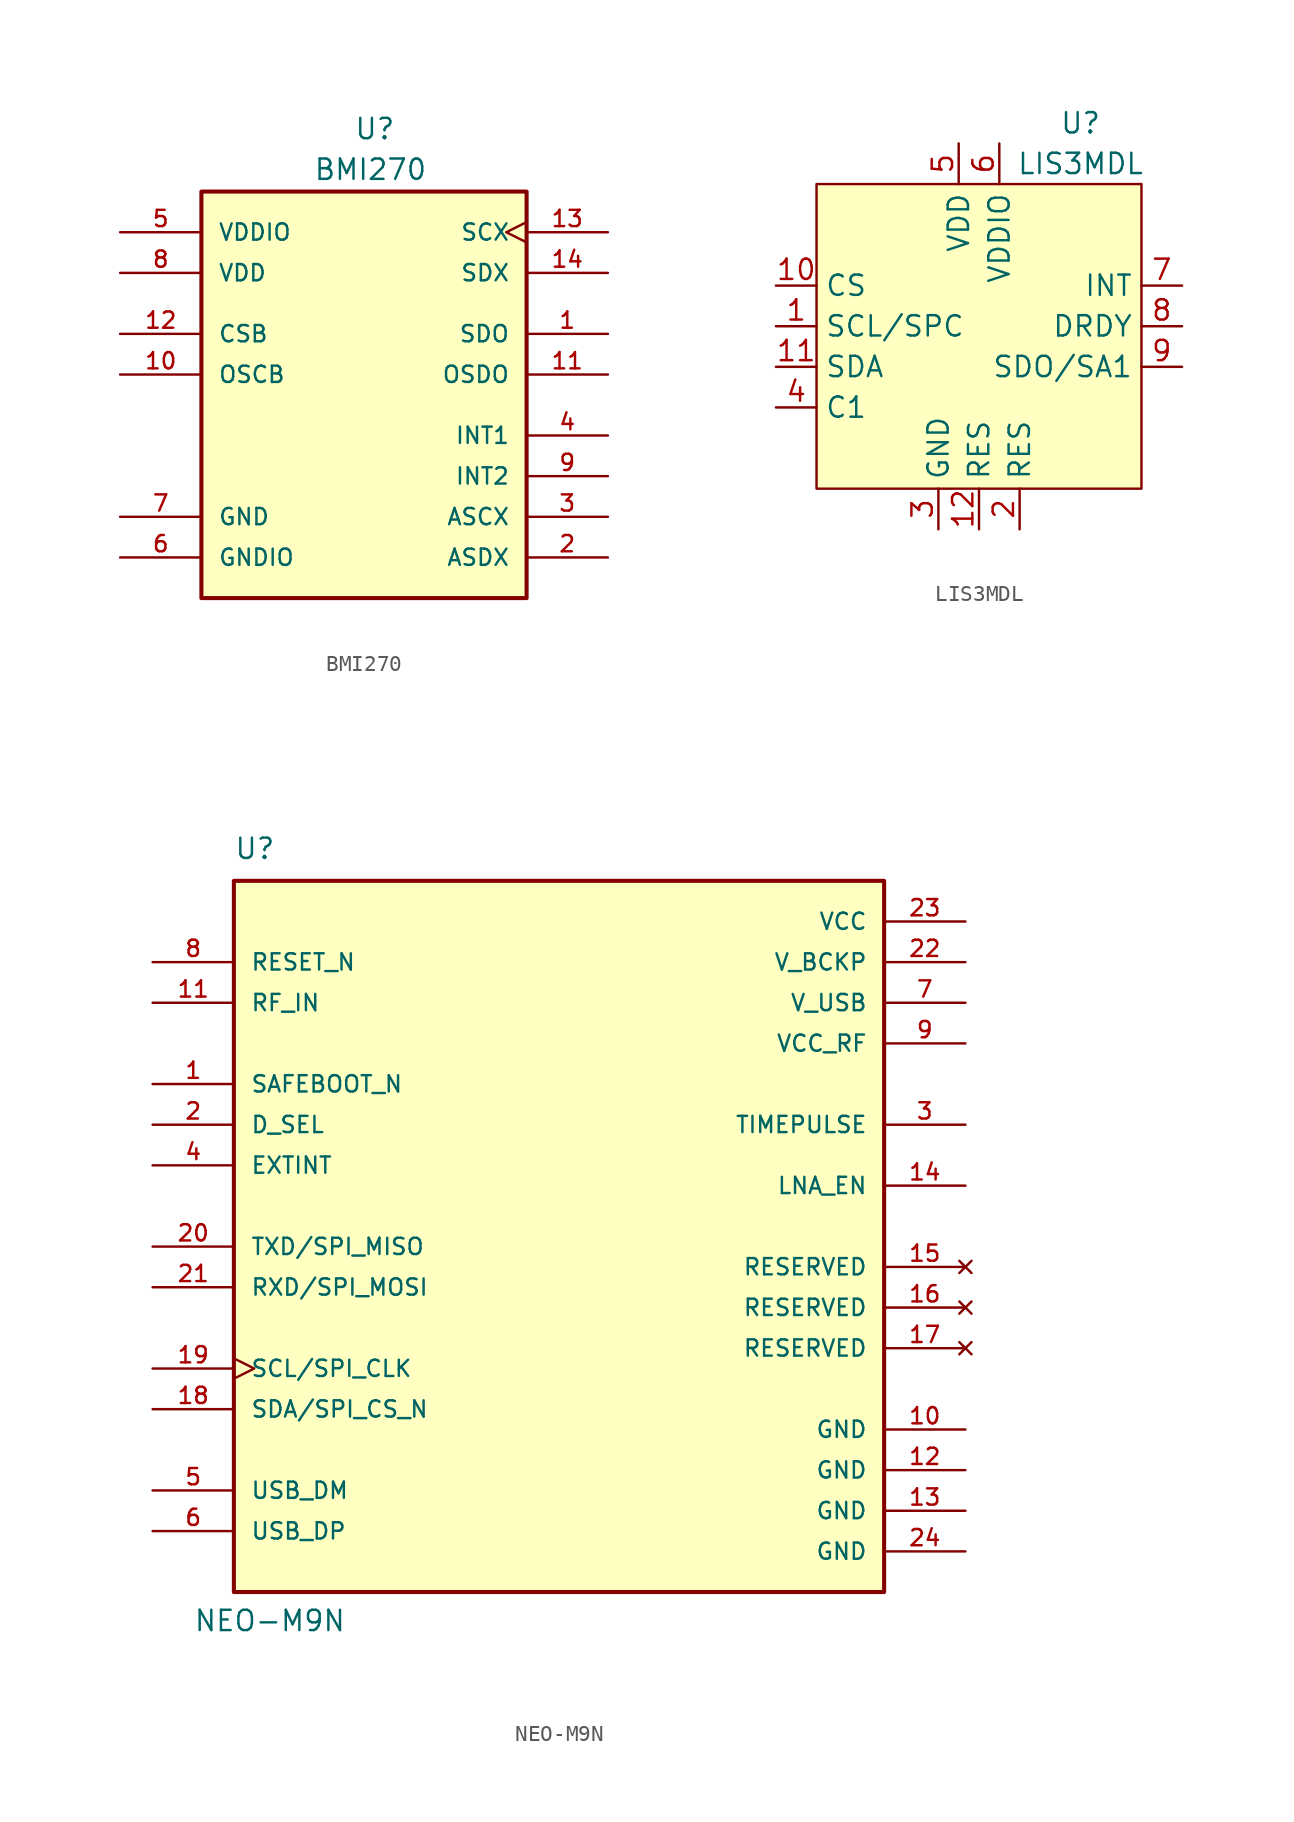
<source format=kicad_sym>
(kicad_symbol_lib
  (version 20220914)
  (generator kicad_symbol_editor)
  (symbol "BMI270"
    (pin_names
      (offset 1.016))
    (property "Reference" "U"
      (at -0.635 23.495 0)
      (effects (font (size 1.27 1.27)) (justify left bottom)))
    (property "Value" "BMI270"
      (at -3.175 20.955 0)
      (effects (font (size 1.27 1.27)) (justify left bottom)))
    (symbol "BMI270_0_0"
      (rectangle (start -10.16 20.32) (end 10.16 -5.08) (stroke (width 0.254) (type default)) (fill (type background)))
      (pin bidirectional line (at 15.24 11.43 180) (length 5.08) (name "SDO" (effects (font (size 1.016 1.016)))) (number "1" (effects (font (size 1.016 1.016)))))
      (pin input line (at -15.24 8.89 0) (length 5.08) (name "OSCB" (effects (font (size 1.016 1.016)))) (number "10" (effects (font (size 1.016 1.016)))))
      (pin output line (at 15.24 8.89 180) (length 5.08) (name "OSDO" (effects (font (size 1.016 1.016)))) (number "11" (effects (font (size 1.016 1.016)))))
      (pin input line (at -15.24 11.43 0) (length 5.08) (name "CSB" (effects (font (size 1.016 1.016)))) (number "12" (effects (font (size 1.016 1.016)))))
      (pin input clock (at 15.24 17.78 180) (length 5.08) (name "SCX" (effects (font (size 1.016 1.016)))) (number "13" (effects (font (size 1.016 1.016)))))
      (pin bidirectional line (at 15.24 15.24 180) (length 5.08) (name "SDX" (effects (font (size 1.016 1.016)))) (number "14" (effects (font (size 1.016 1.016)))))
      (pin bidirectional line (at 15.24 -2.54 180) (length 5.08) (name "ASDX" (effects (font (size 1.016 1.016)))) (number "2" (effects (font (size 1.016 1.016)))))
      (pin bidirectional line (at 15.24 0 180) (length 5.08) (name "ASCX" (effects (font (size 1.016 1.016)))) (number "3" (effects (font (size 1.016 1.016)))))
      (pin bidirectional line (at 15.24 5.08 180) (length 5.08) (name "INT1" (effects (font (size 1.016 1.016)))) (number "4" (effects (font (size 1.016 1.016)))))
      (pin power_in line (at -15.24 17.78 0) (length 5.08) (name "VDDIO" (effects (font (size 1.016 1.016)))) (number "5" (effects (font (size 1.016 1.016)))))
      (pin power_in line (at -15.24 -2.54 0) (length 5.08) (name "GNDIO" (effects (font (size 1.016 1.016)))) (number "6" (effects (font (size 1.016 1.016)))))
      (pin power_in line (at -15.24 0 0) (length 5.08) (name "GND" (effects (font (size 1.016 1.016)))) (number "7" (effects (font (size 1.016 1.016)))))
      (pin power_in line (at -15.24 15.24 0) (length 5.08) (name "VDD" (effects (font (size 1.016 1.016)))) (number "8" (effects (font (size 1.016 1.016)))))
      (pin bidirectional line (at 15.24 2.54 180) (length 5.08) (name "INT2" (effects (font (size 1.016 1.016)))) (number "9" (effects (font (size 1.016 1.016)))))))
  (symbol "LIS3MDL"
    (property "Reference" "U"
      (at 6.35 1.27 0)
      (effects (font (size 1.27 1.27))))
    (property "Value" "LIS3MDL"
      (at 6.35 -1.27 0)
      (effects (font (size 1.27 1.27))))
    (symbol "LIS3MDL_1_1"
      (rectangle (start -10.16 -2.54) (end 10.16 -21.59) (stroke (width 0) (type default)) (fill (type background)))
      (pin input line (at -12.7 -11.43 0) (length 2.54) (name "SCL/SPC" (effects (font (size 1.27 1.27)))) (number "1" (effects (font (size 1.27 1.27)))))
      (pin input line (at -12.7 -8.89 0) (length 2.54) (name "CS" (effects (font (size 1.27 1.27)))) (number "10" (effects (font (size 1.27 1.27)))))
      (pin input line (at -12.7 -13.97 0) (length 2.54) (name "SDA" (effects (font (size 1.27 1.27)))) (number "11" (effects (font (size 1.27 1.27)))))
      (pin input line (at 0 -24.13 90) (length 2.54) (name "RES" (effects (font (size 1.27 1.27)))) (number "12" (effects (font (size 1.27 1.27)))))
      (pin input line (at 2.54 -24.13 90) (length 2.54) (name "RES" (effects (font (size 1.27 1.27)))) (number "2" (effects (font (size 1.27 1.27)))))
      (pin input line (at -2.54 -24.13 90) (length 2.54) (name "GND" (effects (font (size 1.27 1.27)))) (number "3" (effects (font (size 1.27 1.27)))))
      (pin input line (at -12.7 -16.51 0) (length 2.54) (name "C1" (effects (font (size 1.27 1.27)))) (number "4" (effects (font (size 1.27 1.27)))))
      (pin input line (at -1.27 0 270) (length 2.54) (name "VDD" (effects (font (size 1.27 1.27)))) (number "5" (effects (font (size 1.27 1.27)))))
      (pin input line (at 1.27 0 270) (length 2.54) (name "VDDIO" (effects (font (size 1.27 1.27)))) (number "6" (effects (font (size 1.27 1.27)))))
      (pin input line (at 12.7 -8.89 180) (length 2.54) (name "INT" (effects (font (size 1.27 1.27)))) (number "7" (effects (font (size 1.27 1.27)))))
      (pin input line (at 12.7 -11.43 180) (length 2.54) (name "DRDY" (effects (font (size 1.27 1.27)))) (number "8" (effects (font (size 1.27 1.27)))))
      (pin input line (at 12.7 -13.97 180) (length 2.54) (name "SDO/SA1" (effects (font (size 1.27 1.27)))) (number "9" (effects (font (size 1.27 1.27)))))))
  (symbol "NEO-M9N"
    (pin_names
      (offset 1.016))
    (property "Reference" "U"
      (at -20.32 29.21 0)
      (effects (font (size 1.27 1.27)) (justify left bottom)))
    (property "Value" "NEO-M9N"
      (at -22.86 -19.05 0)
      (effects (font (size 1.27 1.27)) (justify left bottom)))
    (symbol "NEO-M9N_0_0"
      (rectangle (start -20.32 27.94) (end 20.32 -16.51) (stroke (width 0.254) (type default)) (fill (type background)))
      (pin input line (at -25.4 15.24 0) (length 5.08) (name "SAFEBOOT_N" (effects (font (size 1.016 1.016)))) (number "1" (effects (font (size 1.016 1.016)))))
      (pin power_in line (at 25.4 -6.35 180) (length 5.08) (name "GND" (effects (font (size 1.016 1.016)))) (number "10" (effects (font (size 1.016 1.016)))))
      (pin input line (at -25.4 20.32 0) (length 5.08) (name "RF_IN" (effects (font (size 1.016 1.016)))) (number "11" (effects (font (size 1.016 1.016)))))
      (pin power_in line (at 25.4 -8.89 180) (length 5.08) (name "GND" (effects (font (size 1.016 1.016)))) (number "12" (effects (font (size 1.016 1.016)))))
      (pin power_in line (at 25.4 -11.43 180) (length 5.08) (name "GND" (effects (font (size 1.016 1.016)))) (number "13" (effects (font (size 1.016 1.016)))))
      (pin output line (at 25.4 8.89 180) (length 5.08) (name "LNA_EN" (effects (font (size 1.016 1.016)))) (number "14" (effects (font (size 1.016 1.016)))))
      (pin no_connect line (at 25.4 3.81 180) (length 5.08) (name "RESERVED" (effects (font (size 1.016 1.016)))) (number "15" (effects (font (size 1.016 1.016)))))
      (pin no_connect line (at 25.4 1.27 180) (length 5.08) (name "RESERVED" (effects (font (size 1.016 1.016)))) (number "16" (effects (font (size 1.016 1.016)))))
      (pin no_connect line (at 25.4 -1.27 180) (length 5.08) (name "RESERVED" (effects (font (size 1.016 1.016)))) (number "17" (effects (font (size 1.016 1.016)))))
      (pin bidirectional line (at -25.4 -5.08 0) (length 5.08) (name "SDA/SPI_CS_N" (effects (font (size 1.016 1.016)))) (number "18" (effects (font (size 1.016 1.016)))))
      (pin bidirectional clock (at -25.4 -2.54 0) (length 5.08) (name "SCL/SPI_CLK" (effects (font (size 1.016 1.016)))) (number "19" (effects (font (size 1.016 1.016)))))
      (pin input line (at -25.4 12.7 0) (length 5.08) (name "D_SEL" (effects (font (size 1.016 1.016)))) (number "2" (effects (font (size 1.016 1.016)))))
      (pin output line (at -25.4 5.08 0) (length 5.08) (name "TXD/SPI_MISO" (effects (font (size 1.016 1.016)))) (number "20" (effects (font (size 1.016 1.016)))))
      (pin input line (at -25.4 2.54 0) (length 5.08) (name "RXD/SPI_MOSI" (effects (font (size 1.016 1.016)))) (number "21" (effects (font (size 1.016 1.016)))))
      (pin power_in line (at 25.4 22.86 180) (length 5.08) (name "V_BCKP" (effects (font (size 1.016 1.016)))) (number "22" (effects (font (size 1.016 1.016)))))
      (pin power_in line (at 25.4 25.4 180) (length 5.08) (name "VCC" (effects (font (size 1.016 1.016)))) (number "23" (effects (font (size 1.016 1.016)))))
      (pin power_in line (at 25.4 -13.97 180) (length 5.08) (name "GND" (effects (font (size 1.016 1.016)))) (number "24" (effects (font (size 1.016 1.016)))))
      (pin output line (at 25.4 12.7 180) (length 5.08) (name "TIMEPULSE" (effects (font (size 1.016 1.016)))) (number "3" (effects (font (size 1.016 1.016)))))
      (pin input line (at -25.4 10.16 0) (length 5.08) (name "EXTINT" (effects (font (size 1.016 1.016)))) (number "4" (effects (font (size 1.016 1.016)))))
      (pin bidirectional line (at -25.4 -10.16 0) (length 5.08) (name "USB_DM" (effects (font (size 1.016 1.016)))) (number "5" (effects (font (size 1.016 1.016)))))
      (pin bidirectional line (at -25.4 -12.7 0) (length 5.08) (name "USB_DP" (effects (font (size 1.016 1.016)))) (number "6" (effects (font (size 1.016 1.016)))))
      (pin power_in line (at 25.4 20.32 180) (length 5.08) (name "V_USB" (effects (font (size 1.016 1.016)))) (number "7" (effects (font (size 1.016 1.016)))))
      (pin input line (at -25.4 22.86 0) (length 5.08) (name "RESET_N" (effects (font (size 1.016 1.016)))) (number "8" (effects (font (size 1.016 1.016)))))
      (pin power_in line (at 25.4 17.78 180) (length 5.08) (name "VCC_RF" (effects (font (size 1.016 1.016)))) (number "9" (effects (font (size 1.016 1.016))))))))
</source>
